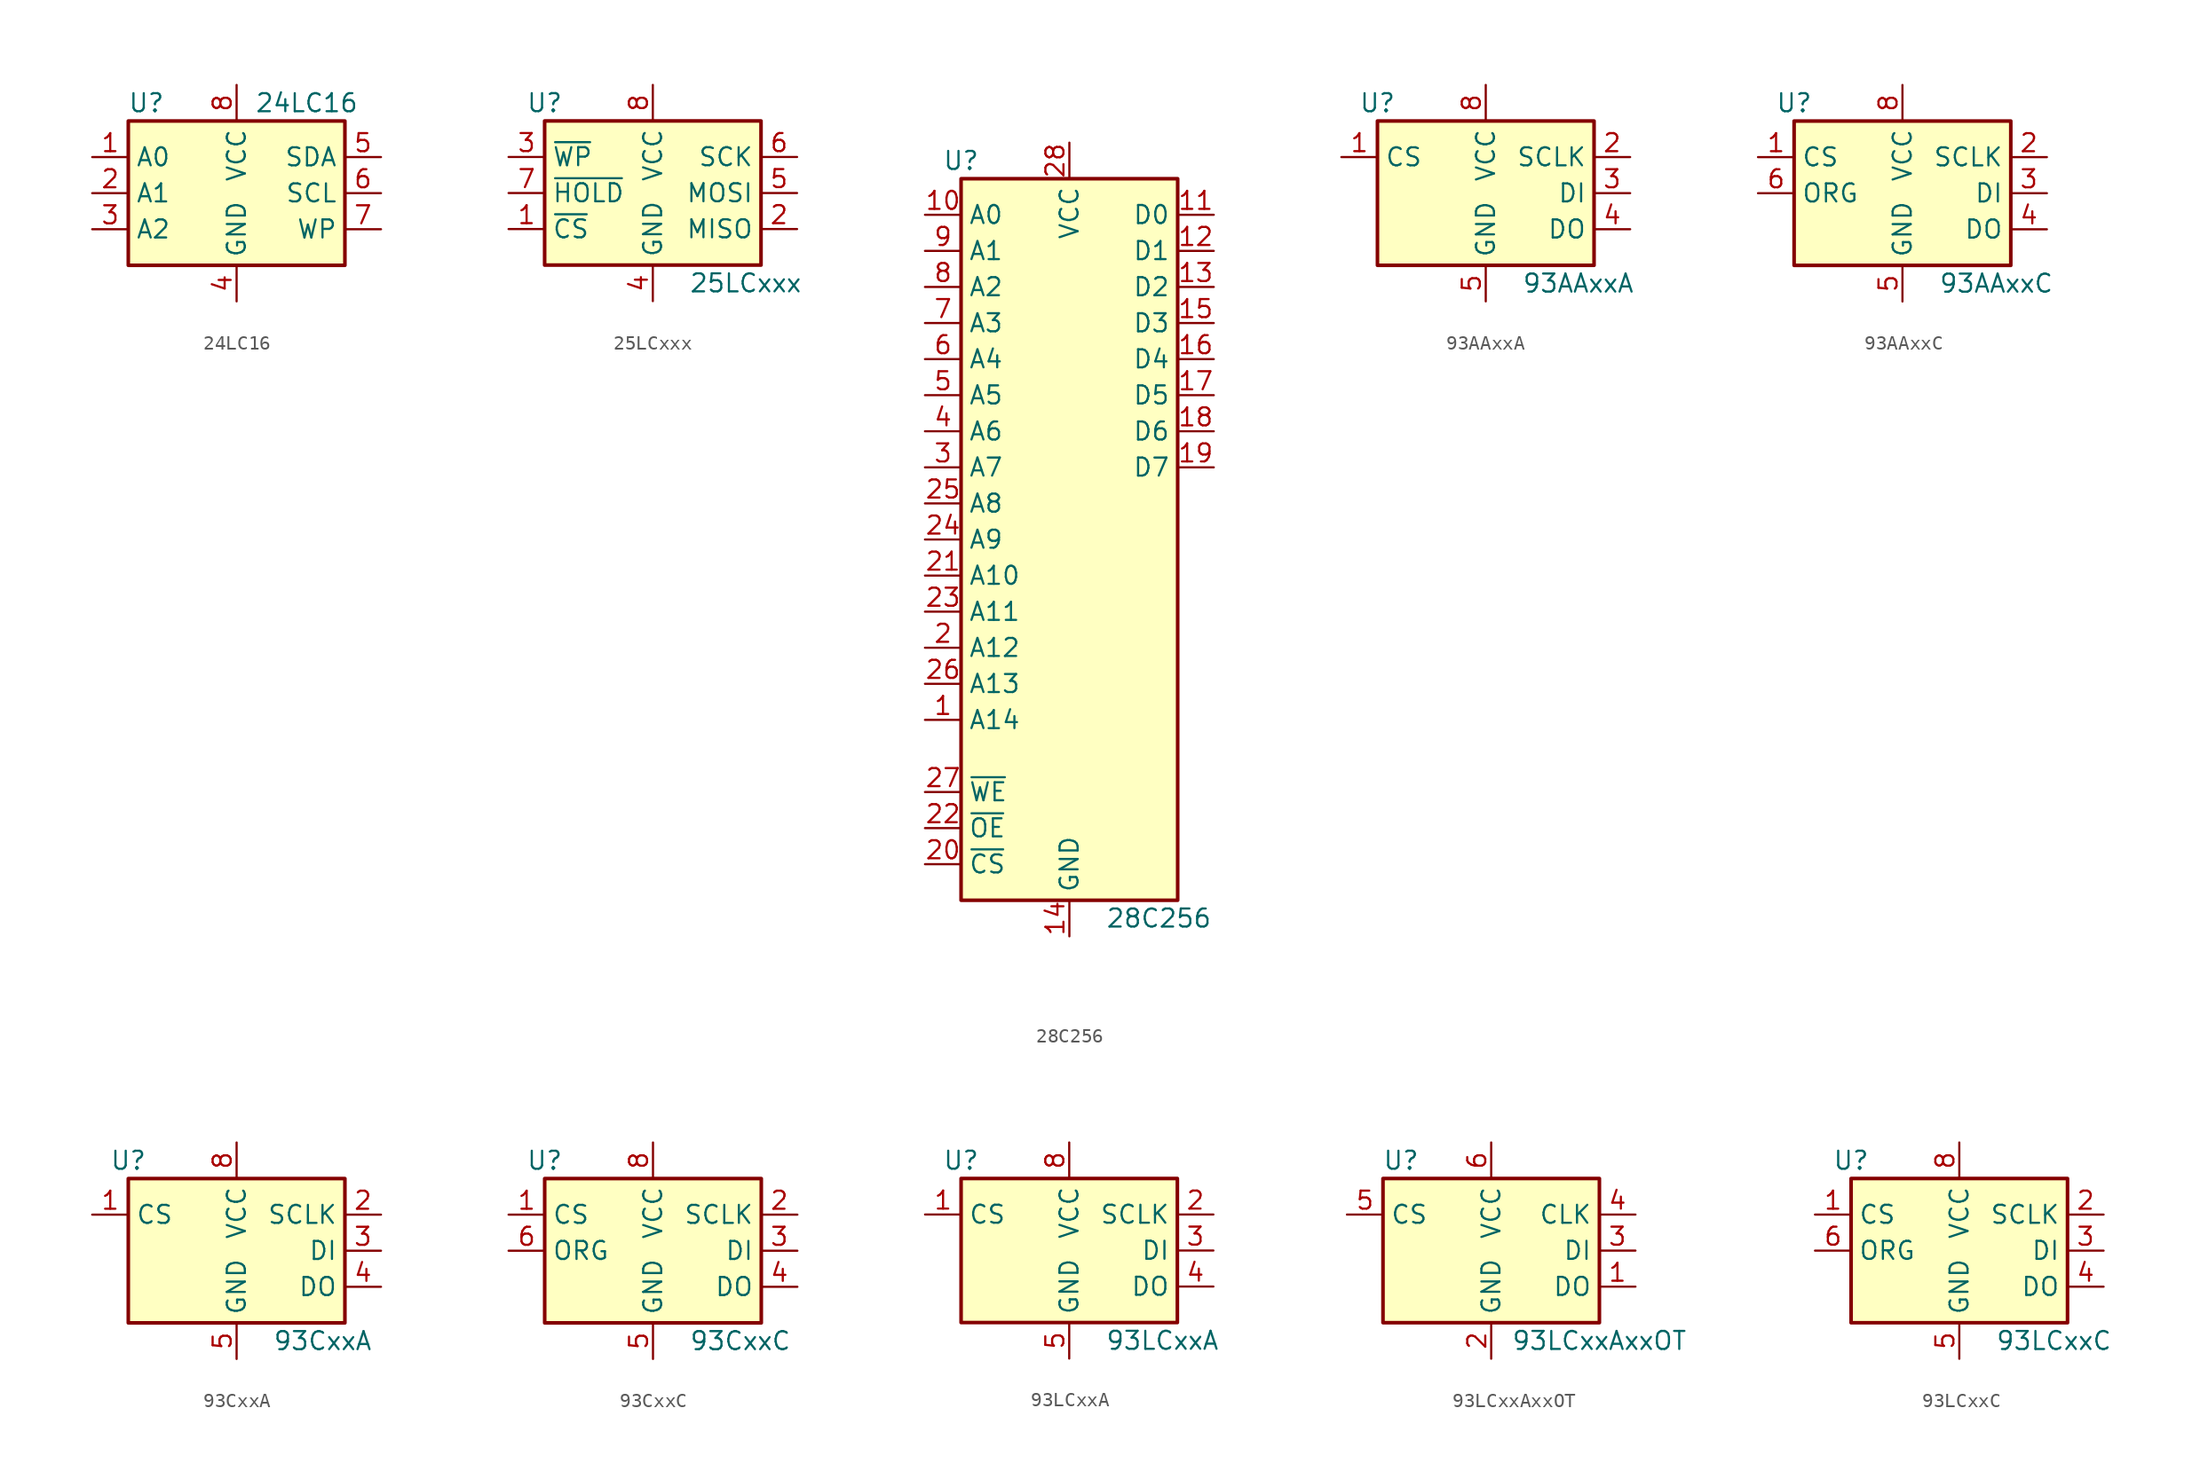
<source format=kicad_sym>
(kicad_symbol_lib
  (version 20220914)
  (generator kicad_symbol_editor)
  (symbol "24LC16"
    (property "Reference" "U"
      (at -6.35 6.35 0)
      (effects (font (size 1.27 1.27))))
    (property "Value" "24LC16"
      (at 1.27 6.35 0)
      (effects (font (size 1.27 1.27)) (justify left)))
    (symbol "24LC16_1_1"
      (rectangle (start -7.62 5.08) (end 7.62 -5.08) (stroke (width 0.254) (type default)) (fill (type background)))
      (pin input line (at -10.16 2.54 0) (length 2.54) (name "A0" (effects (font (size 1.27 1.27)))) (number "1" (effects (font (size 1.27 1.27)))))
      (pin input line (at -10.16 0 0) (length 2.54) (name "A1" (effects (font (size 1.27 1.27)))) (number "2" (effects (font (size 1.27 1.27)))))
      (pin input line (at -10.16 -2.54 0) (length 2.54) (name "A2" (effects (font (size 1.27 1.27)))) (number "3" (effects (font (size 1.27 1.27)))))
      (pin power_in line (at 0 -7.62 90) (length 2.54) (name "GND" (effects (font (size 1.27 1.27)))) (number "4" (effects (font (size 1.27 1.27)))))
      (pin bidirectional line (at 10.16 2.54 180) (length 2.54) (name "SDA" (effects (font (size 1.27 1.27)))) (number "5" (effects (font (size 1.27 1.27)))))
      (pin input line (at 10.16 0 180) (length 2.54) (name "SCL" (effects (font (size 1.27 1.27)))) (number "6" (effects (font (size 1.27 1.27)))))
      (pin input line (at 10.16 -2.54 180) (length 2.54) (name "WP" (effects (font (size 1.27 1.27)))) (number "7" (effects (font (size 1.27 1.27)))))
      (pin power_in line (at 0 7.62 270) (length 2.54) (name "VCC" (effects (font (size 1.27 1.27)))) (number "8" (effects (font (size 1.27 1.27)))))))
  (symbol "25LCxxx"
    (property "Reference" "U"
      (at -7.62 6.35 0)
      (effects (font (size 1.27 1.27))))
    (property "Value" "25LCxxx"
      (at 2.54 -6.35 0)
      (effects (font (size 1.27 1.27)) (justify left)))
    (symbol "25LCxxx_1_1"
      (rectangle (start -7.62 5.08) (end 7.62 -5.08) (stroke (width 0.254) (type default)) (fill (type background)))
      (pin input line (at -10.16 -2.54 0) (length 2.54) (name "~{CS}" (effects (font (size 1.27 1.27)))) (number "1" (effects (font (size 1.27 1.27)))))
      (pin tri_state line (at 10.16 -2.54 180) (length 2.54) (name "MISO" (effects (font (size 1.27 1.27)))) (number "2" (effects (font (size 1.27 1.27)))))
      (pin input line (at -10.16 2.54 0) (length 2.54) (name "~{WP}" (effects (font (size 1.27 1.27)))) (number "3" (effects (font (size 1.27 1.27)))))
      (pin power_in line (at 0 -7.62 90) (length 2.54) (name "GND" (effects (font (size 1.27 1.27)))) (number "4" (effects (font (size 1.27 1.27)))))
      (pin input line (at 10.16 0 180) (length 2.54) (name "MOSI" (effects (font (size 1.27 1.27)))) (number "5" (effects (font (size 1.27 1.27)))))
      (pin input line (at 10.16 2.54 180) (length 2.54) (name "SCK" (effects (font (size 1.27 1.27)))) (number "6" (effects (font (size 1.27 1.27)))))
      (pin input line (at -10.16 0 0) (length 2.54) (name "~{HOLD}" (effects (font (size 1.27 1.27)))) (number "7" (effects (font (size 1.27 1.27)))))
      (pin power_in line (at 0 7.62 270) (length 2.54) (name "VCC" (effects (font (size 1.27 1.27)))) (number "8" (effects (font (size 1.27 1.27)))))))
  (symbol "28C256"
    (property "Reference" "U"
      (at -7.62 26.67 0)
      (effects (font (size 1.27 1.27))))
    (property "Value" "28C256"
      (at 2.54 -26.67 0)
      (effects (font (size 1.27 1.27)) (justify left)))
    (symbol "28C256_1_1"
      (rectangle (start -7.62 25.4) (end 7.62 -25.4) (stroke (width 0.254) (type default)) (fill (type background)))
      (pin input line (at -10.16 -12.7 0) (length 2.54) (name "A14" (effects (font (size 1.27 1.27)))) (number "1" (effects (font (size 1.27 1.27)))))
      (pin input line (at -10.16 22.86 0) (length 2.54) (name "A0" (effects (font (size 1.27 1.27)))) (number "10" (effects (font (size 1.27 1.27)))))
      (pin tri_state line (at 10.16 22.86 180) (length 2.54) (name "D0" (effects (font (size 1.27 1.27)))) (number "11" (effects (font (size 1.27 1.27)))))
      (pin tri_state line (at 10.16 20.32 180) (length 2.54) (name "D1" (effects (font (size 1.27 1.27)))) (number "12" (effects (font (size 1.27 1.27)))))
      (pin tri_state line (at 10.16 17.78 180) (length 2.54) (name "D2" (effects (font (size 1.27 1.27)))) (number "13" (effects (font (size 1.27 1.27)))))
      (pin power_in line (at 0 -27.94 90) (length 2.54) (name "GND" (effects (font (size 1.27 1.27)))) (number "14" (effects (font (size 1.27 1.27)))))
      (pin tri_state line (at 10.16 15.24 180) (length 2.54) (name "D3" (effects (font (size 1.27 1.27)))) (number "15" (effects (font (size 1.27 1.27)))))
      (pin tri_state line (at 10.16 12.7 180) (length 2.54) (name "D4" (effects (font (size 1.27 1.27)))) (number "16" (effects (font (size 1.27 1.27)))))
      (pin tri_state line (at 10.16 10.16 180) (length 2.54) (name "D5" (effects (font (size 1.27 1.27)))) (number "17" (effects (font (size 1.27 1.27)))))
      (pin tri_state line (at 10.16 7.62 180) (length 2.54) (name "D6" (effects (font (size 1.27 1.27)))) (number "18" (effects (font (size 1.27 1.27)))))
      (pin tri_state line (at 10.16 5.08 180) (length 2.54) (name "D7" (effects (font (size 1.27 1.27)))) (number "19" (effects (font (size 1.27 1.27)))))
      (pin input line (at -10.16 -7.62 0) (length 2.54) (name "A12" (effects (font (size 1.27 1.27)))) (number "2" (effects (font (size 1.27 1.27)))))
      (pin input line (at -10.16 -22.86 0) (length 2.54) (name "~{CS}" (effects (font (size 1.27 1.27)))) (number "20" (effects (font (size 1.27 1.27)))))
      (pin input line (at -10.16 -2.54 0) (length 2.54) (name "A10" (effects (font (size 1.27 1.27)))) (number "21" (effects (font (size 1.27 1.27)))))
      (pin input line (at -10.16 -20.32 0) (length 2.54) (name "~{OE}" (effects (font (size 1.27 1.27)))) (number "22" (effects (font (size 1.27 1.27)))))
      (pin input line (at -10.16 -5.08 0) (length 2.54) (name "A11" (effects (font (size 1.27 1.27)))) (number "23" (effects (font (size 1.27 1.27)))))
      (pin input line (at -10.16 0 0) (length 2.54) (name "A9" (effects (font (size 1.27 1.27)))) (number "24" (effects (font (size 1.27 1.27)))))
      (pin input line (at -10.16 2.54 0) (length 2.54) (name "A8" (effects (font (size 1.27 1.27)))) (number "25" (effects (font (size 1.27 1.27)))))
      (pin input line (at -10.16 -10.16 0) (length 2.54) (name "A13" (effects (font (size 1.27 1.27)))) (number "26" (effects (font (size 1.27 1.27)))))
      (pin input line (at -10.16 -17.78 0) (length 2.54) (name "~{WE}" (effects (font (size 1.27 1.27)))) (number "27" (effects (font (size 1.27 1.27)))))
      (pin power_in line (at 0 27.94 270) (length 2.54) (name "VCC" (effects (font (size 1.27 1.27)))) (number "28" (effects (font (size 1.27 1.27)))))
      (pin input line (at -10.16 5.08 0) (length 2.54) (name "A7" (effects (font (size 1.27 1.27)))) (number "3" (effects (font (size 1.27 1.27)))))
      (pin input line (at -10.16 7.62 0) (length 2.54) (name "A6" (effects (font (size 1.27 1.27)))) (number "4" (effects (font (size 1.27 1.27)))))
      (pin input line (at -10.16 10.16 0) (length 2.54) (name "A5" (effects (font (size 1.27 1.27)))) (number "5" (effects (font (size 1.27 1.27)))))
      (pin input line (at -10.16 12.7 0) (length 2.54) (name "A4" (effects (font (size 1.27 1.27)))) (number "6" (effects (font (size 1.27 1.27)))))
      (pin input line (at -10.16 15.24 0) (length 2.54) (name "A3" (effects (font (size 1.27 1.27)))) (number "7" (effects (font (size 1.27 1.27)))))
      (pin input line (at -10.16 17.78 0) (length 2.54) (name "A2" (effects (font (size 1.27 1.27)))) (number "8" (effects (font (size 1.27 1.27)))))
      (pin input line (at -10.16 20.32 0) (length 2.54) (name "A1" (effects (font (size 1.27 1.27)))) (number "9" (effects (font (size 1.27 1.27)))))))
  (symbol "93AAxxA"
    (property "Reference" "U"
      (at -7.62 6.35 0)
      (effects (font (size 1.27 1.27))))
    (property "Value" "93AAxxA"
      (at 2.54 -6.35 0)
      (effects (font (size 1.27 1.27)) (justify left)))
    (symbol "93AAxxA_1_1"
      (rectangle (start -7.62 5.08) (end 7.62 -5.08) (stroke (width 0.254) (type default)) (fill (type background)))
      (pin input line (at -10.16 2.54 0) (length 2.54) (name "CS" (effects (font (size 1.27 1.27)))) (number "1" (effects (font (size 1.27 1.27)))))
      (pin input line (at 10.16 2.54 180) (length 2.54) (name "SCLK" (effects (font (size 1.27 1.27)))) (number "2" (effects (font (size 1.27 1.27)))))
      (pin input line (at 10.16 0 180) (length 2.54) (name "DI" (effects (font (size 1.27 1.27)))) (number "3" (effects (font (size 1.27 1.27)))))
      (pin tri_state line (at 10.16 -2.54 180) (length 2.54) (name "DO" (effects (font (size 1.27 1.27)))) (number "4" (effects (font (size 1.27 1.27)))))
      (pin power_in line (at 0 -7.62 90) (length 2.54) (name "GND" (effects (font (size 1.27 1.27)))) (number "5" (effects (font (size 1.27 1.27)))))
      (pin no_connect line (at -7.62 0 0) (length 2.54) hide (name "NC" (effects (font (size 1.27 1.27)))) (number "6" (effects (font (size 1.27 1.27)))))
      (pin no_connect line (at -7.62 -2.54 0) (length 2.54) hide (name "NC" (effects (font (size 1.27 1.27)))) (number "7" (effects (font (size 1.27 1.27)))))
      (pin power_in line (at 0 7.62 270) (length 2.54) (name "VCC" (effects (font (size 1.27 1.27)))) (number "8" (effects (font (size 1.27 1.27)))))))
  (symbol "93AAxxC"
    (property "Reference" "U"
      (at -7.62 6.35 0)
      (effects (font (size 1.27 1.27))))
    (property "Value" "93AAxxC"
      (at 2.54 -6.35 0)
      (effects (font (size 1.27 1.27)) (justify left)))
    (symbol "93AAxxC_1_1"
      (rectangle (start -7.62 5.08) (end 7.62 -5.08) (stroke (width 0.254) (type default)) (fill (type background)))
      (pin input line (at -10.16 2.54 0) (length 2.54) (name "CS" (effects (font (size 1.27 1.27)))) (number "1" (effects (font (size 1.27 1.27)))))
      (pin input line (at 10.16 2.54 180) (length 2.54) (name "SCLK" (effects (font (size 1.27 1.27)))) (number "2" (effects (font (size 1.27 1.27)))))
      (pin input line (at 10.16 0 180) (length 2.54) (name "DI" (effects (font (size 1.27 1.27)))) (number "3" (effects (font (size 1.27 1.27)))))
      (pin tri_state line (at 10.16 -2.54 180) (length 2.54) (name "DO" (effects (font (size 1.27 1.27)))) (number "4" (effects (font (size 1.27 1.27)))))
      (pin power_in line (at 0 -7.62 90) (length 2.54) (name "GND" (effects (font (size 1.27 1.27)))) (number "5" (effects (font (size 1.27 1.27)))))
      (pin input line (at -10.16 0 0) (length 2.54) (name "ORG" (effects (font (size 1.27 1.27)))) (number "6" (effects (font (size 1.27 1.27)))))
      (pin no_connect line (at -7.62 -2.54 0) (length 2.54) hide (name "NC" (effects (font (size 1.27 1.27)))) (number "7" (effects (font (size 1.27 1.27)))))
      (pin power_in line (at 0 7.62 270) (length 2.54) (name "VCC" (effects (font (size 1.27 1.27)))) (number "8" (effects (font (size 1.27 1.27)))))))
  (symbol "93CxxA"
    (property "Reference" "U"
      (at -7.62 6.35 0)
      (effects (font (size 1.27 1.27))))
    (property "Value" "93CxxA"
      (at 2.54 -6.35 0)
      (effects (font (size 1.27 1.27)) (justify left)))
    (symbol "93CxxA_1_1"
      (rectangle (start -7.62 5.08) (end 7.62 -5.08) (stroke (width 0.254) (type default)) (fill (type background)))
      (pin input line (at -10.16 2.54 0) (length 2.54) (name "CS" (effects (font (size 1.27 1.27)))) (number "1" (effects (font (size 1.27 1.27)))))
      (pin input line (at 10.16 2.54 180) (length 2.54) (name "SCLK" (effects (font (size 1.27 1.27)))) (number "2" (effects (font (size 1.27 1.27)))))
      (pin input line (at 10.16 0 180) (length 2.54) (name "DI" (effects (font (size 1.27 1.27)))) (number "3" (effects (font (size 1.27 1.27)))))
      (pin tri_state line (at 10.16 -2.54 180) (length 2.54) (name "DO" (effects (font (size 1.27 1.27)))) (number "4" (effects (font (size 1.27 1.27)))))
      (pin power_in line (at 0 -7.62 90) (length 2.54) (name "GND" (effects (font (size 1.27 1.27)))) (number "5" (effects (font (size 1.27 1.27)))))
      (pin no_connect line (at -7.62 0 0) (length 2.54) hide (name "NC" (effects (font (size 1.27 1.27)))) (number "6" (effects (font (size 1.27 1.27)))))
      (pin no_connect line (at -7.62 -2.54 0) (length 2.54) hide (name "NC" (effects (font (size 1.27 1.27)))) (number "7" (effects (font (size 1.27 1.27)))))
      (pin power_in line (at 0 7.62 270) (length 2.54) (name "VCC" (effects (font (size 1.27 1.27)))) (number "8" (effects (font (size 1.27 1.27)))))))
  (symbol "93CxxC"
    (property "Reference" "U"
      (at -7.62 6.35 0)
      (effects (font (size 1.27 1.27))))
    (property "Value" "93CxxC"
      (at 2.54 -6.35 0)
      (effects (font (size 1.27 1.27)) (justify left)))
    (symbol "93CxxC_1_1"
      (rectangle (start -7.62 5.08) (end 7.62 -5.08) (stroke (width 0.254) (type default)) (fill (type background)))
      (pin input line (at -10.16 2.54 0) (length 2.54) (name "CS" (effects (font (size 1.27 1.27)))) (number "1" (effects (font (size 1.27 1.27)))))
      (pin input line (at 10.16 2.54 180) (length 2.54) (name "SCLK" (effects (font (size 1.27 1.27)))) (number "2" (effects (font (size 1.27 1.27)))))
      (pin input line (at 10.16 0 180) (length 2.54) (name "DI" (effects (font (size 1.27 1.27)))) (number "3" (effects (font (size 1.27 1.27)))))
      (pin tri_state line (at 10.16 -2.54 180) (length 2.54) (name "DO" (effects (font (size 1.27 1.27)))) (number "4" (effects (font (size 1.27 1.27)))))
      (pin power_in line (at 0 -7.62 90) (length 2.54) (name "GND" (effects (font (size 1.27 1.27)))) (number "5" (effects (font (size 1.27 1.27)))))
      (pin input line (at -10.16 0 0) (length 2.54) (name "ORG" (effects (font (size 1.27 1.27)))) (number "6" (effects (font (size 1.27 1.27)))))
      (pin no_connect line (at -7.62 -2.54 0) (length 2.54) hide (name "NC" (effects (font (size 1.27 1.27)))) (number "7" (effects (font (size 1.27 1.27)))))
      (pin power_in line (at 0 7.62 270) (length 2.54) (name "VCC" (effects (font (size 1.27 1.27)))) (number "8" (effects (font (size 1.27 1.27)))))))
  (symbol "93LCxxA"
    (property "Reference" "U"
      (at -7.62 6.35 0)
      (effects (font (size 1.27 1.27))))
    (property "Value" "93LCxxA"
      (at 2.54 -6.35 0)
      (effects (font (size 1.27 1.27)) (justify left)))
    (symbol "93LCxxA_1_1"
      (rectangle (start -7.62 5.08) (end 7.62 -5.08) (stroke (width 0.254) (type default)) (fill (type background)))
      (pin input line (at -10.16 2.54 0) (length 2.54) (name "CS" (effects (font (size 1.27 1.27)))) (number "1" (effects (font (size 1.27 1.27)))))
      (pin input line (at 10.16 2.54 180) (length 2.54) (name "SCLK" (effects (font (size 1.27 1.27)))) (number "2" (effects (font (size 1.27 1.27)))))
      (pin input line (at 10.16 0 180) (length 2.54) (name "DI" (effects (font (size 1.27 1.27)))) (number "3" (effects (font (size 1.27 1.27)))))
      (pin tri_state line (at 10.16 -2.54 180) (length 2.54) (name "DO" (effects (font (size 1.27 1.27)))) (number "4" (effects (font (size 1.27 1.27)))))
      (pin power_in line (at 0 -7.62 90) (length 2.54) (name "GND" (effects (font (size 1.27 1.27)))) (number "5" (effects (font (size 1.27 1.27)))))
      (pin no_connect line (at -7.62 0 0) (length 2.54) hide (name "NC" (effects (font (size 1.27 1.27)))) (number "6" (effects (font (size 1.27 1.27)))))
      (pin no_connect line (at -7.62 -2.54 0) (length 2.54) hide (name "NC" (effects (font (size 1.27 1.27)))) (number "7" (effects (font (size 1.27 1.27)))))
      (pin power_in line (at 0 7.62 270) (length 2.54) (name "VCC" (effects (font (size 1.27 1.27)))) (number "8" (effects (font (size 1.27 1.27)))))))
  (symbol "93LCxxAxxOT"
    (property "Reference" "U"
      (at -6.35 6.35 0)
      (effects (font (size 1.27 1.27))))
    (property "Value" "93LCxxAxxOT"
      (at 7.62 -6.35 0)
      (effects (font (size 1.27 1.27))))
    (symbol "93LCxxAxxOT_0_1"
      (rectangle (start -7.62 5.08) (end 7.62 -5.08) (stroke (width 0.254) (type default)) (fill (type background))))
    (symbol "93LCxxAxxOT_1_1"
      (pin tri_state line (at 10.16 -2.54 180) (length 2.54) (name "DO" (effects (font (size 1.27 1.27)))) (number "1" (effects (font (size 1.27 1.27)))))
      (pin power_in line (at 0 -7.62 90) (length 2.54) (name "GND" (effects (font (size 1.27 1.27)))) (number "2" (effects (font (size 1.27 1.27)))))
      (pin input line (at 10.16 0 180) (length 2.54) (name "DI" (effects (font (size 1.27 1.27)))) (number "3" (effects (font (size 1.27 1.27)))))
      (pin input line (at 10.16 2.54 180) (length 2.54) (name "CLK" (effects (font (size 1.27 1.27)))) (number "4" (effects (font (size 1.27 1.27)))))
      (pin input line (at -10.16 2.54 0) (length 2.54) (name "CS" (effects (font (size 1.27 1.27)))) (number "5" (effects (font (size 1.27 1.27)))))
      (pin power_in line (at 0 7.62 270) (length 2.54) (name "VCC" (effects (font (size 1.27 1.27)))) (number "6" (effects (font (size 1.27 1.27)))))))
  (symbol "93LCxxC"
    (property "Reference" "U"
      (at -7.62 6.35 0)
      (effects (font (size 1.27 1.27))))
    (property "Value" "93LCxxC"
      (at 2.54 -6.35 0)
      (effects (font (size 1.27 1.27)) (justify left)))
    (symbol "93LCxxC_1_1"
      (rectangle (start -7.62 5.08) (end 7.62 -5.08) (stroke (width 0.254) (type default)) (fill (type background)))
      (pin input line (at -10.16 2.54 0) (length 2.54) (name "CS" (effects (font (size 1.27 1.27)))) (number "1" (effects (font (size 1.27 1.27)))))
      (pin input line (at 10.16 2.54 180) (length 2.54) (name "SCLK" (effects (font (size 1.27 1.27)))) (number "2" (effects (font (size 1.27 1.27)))))
      (pin input line (at 10.16 0 180) (length 2.54) (name "DI" (effects (font (size 1.27 1.27)))) (number "3" (effects (font (size 1.27 1.27)))))
      (pin tri_state line (at 10.16 -2.54 180) (length 2.54) (name "DO" (effects (font (size 1.27 1.27)))) (number "4" (effects (font (size 1.27 1.27)))))
      (pin power_in line (at 0 -7.62 90) (length 2.54) (name "GND" (effects (font (size 1.27 1.27)))) (number "5" (effects (font (size 1.27 1.27)))))
      (pin input line (at -10.16 0 0) (length 2.54) (name "ORG" (effects (font (size 1.27 1.27)))) (number "6" (effects (font (size 1.27 1.27)))))
      (pin no_connect line (at -7.62 -2.54 0) (length 2.54) hide (name "NC" (effects (font (size 1.27 1.27)))) (number "7" (effects (font (size 1.27 1.27)))))
      (pin power_in line (at 0 7.62 270) (length 2.54) (name "VCC" (effects (font (size 1.27 1.27)))) (number "8" (effects (font (size 1.27 1.27))))))))
</source>
